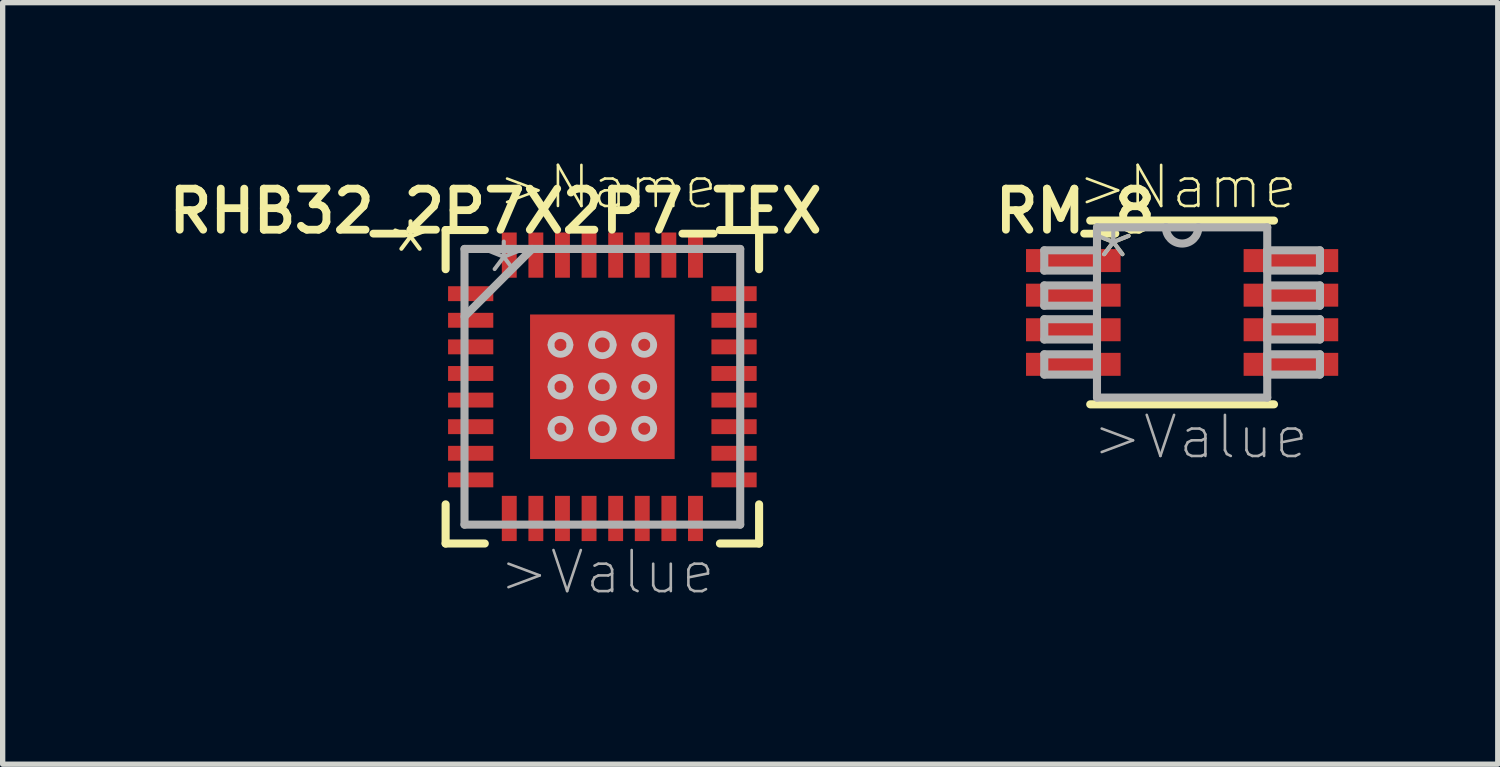
<source format=kicad_pcb>
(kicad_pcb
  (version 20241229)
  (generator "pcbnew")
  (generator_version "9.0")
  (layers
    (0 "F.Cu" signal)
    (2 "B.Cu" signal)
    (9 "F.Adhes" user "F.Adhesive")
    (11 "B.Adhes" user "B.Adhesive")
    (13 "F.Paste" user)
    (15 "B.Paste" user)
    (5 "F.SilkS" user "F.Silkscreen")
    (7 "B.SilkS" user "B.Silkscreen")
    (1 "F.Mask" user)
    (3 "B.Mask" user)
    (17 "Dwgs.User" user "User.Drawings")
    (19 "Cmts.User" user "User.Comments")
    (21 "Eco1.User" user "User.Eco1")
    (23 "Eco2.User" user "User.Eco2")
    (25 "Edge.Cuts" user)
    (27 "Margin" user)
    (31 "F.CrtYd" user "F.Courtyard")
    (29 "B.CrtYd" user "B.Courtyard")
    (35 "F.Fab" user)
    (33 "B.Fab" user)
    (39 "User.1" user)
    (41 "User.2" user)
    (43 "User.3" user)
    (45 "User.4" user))
  (footprint "RM_8"
    (layer "F.Cu")
    (at 19.169 2.823)
    (property "Reference" "RM_8" (at -2.007 -1.905 0) (layer "F.SilkS") (effects (font (size 0.772 0.772) (thickness 0.147))))
    (attr through_hole)
    (fp_line (start -1.727 1.727) (end 1.727 1.727) (stroke (width 0.152) (type solid)) (layer "F.SilkS"))
    (fp_line (start 1.727 -1.727) (end -1.727 -1.727) (stroke (width 0.152) (type solid)) (layer "F.SilkS"))
    (fp_line (start -2.591 -1.168) (end -2.591 -0.787) (stroke (width 0.152) (type solid)) (layer "F.Fab"))
    (fp_line (start -2.591 -0.787) (end -1.6 -0.787) (stroke (width 0.152) (type solid)) (layer "F.Fab"))
    (fp_line (start -2.591 -0.508) (end -2.591 -0.127) (stroke (width 0.152) (type solid)) (layer "F.Fab"))
    (fp_line (start -2.591 -0.127) (end -1.6 -0.127) (stroke (width 0.152) (type solid)) (layer "F.Fab"))
    (fp_line (start -2.591 0.127) (end -2.591 0.508) (stroke (width 0.152) (type solid)) (layer "F.Fab"))
    (fp_line (start -2.591 0.508) (end -1.6 0.508) (stroke (width 0.152) (type solid)) (layer "F.Fab"))
    (fp_line (start -2.591 0.787) (end -2.591 1.168) (stroke (width 0.152) (type solid)) (layer "F.Fab"))
    (fp_line (start -2.591 1.168) (end -1.6 1.168) (stroke (width 0.152) (type solid)) (layer "F.Fab"))
    (fp_line (start -1.6 -1.6) (end -1.6 1.6) (stroke (width 0.152) (type solid)) (layer "F.Fab"))
    (fp_line (start -1.6 -1.168) (end -2.591 -1.168) (stroke (width 0.152) (type solid)) (layer "F.Fab"))
    (fp_line (start -1.6 -0.787) (end -1.6 -1.168) (stroke (width 0.152) (type solid)) (layer "F.Fab"))
    (fp_line (start -1.6 -0.508) (end -2.591 -0.508) (stroke (width 0.152) (type solid)) (layer "F.Fab"))
    (fp_line (start -1.6 -0.127) (end -1.6 -0.508) (stroke (width 0.152) (type solid)) (layer "F.Fab"))
    (fp_line (start -1.6 0.127) (end -2.591 0.127) (stroke (width 0.152) (type solid)) (layer "F.Fab"))
    (fp_line (start -1.6 0.508) (end -1.6 0.127) (stroke (width 0.152) (type solid)) (layer "F.Fab"))
    (fp_line (start -1.6 0.787) (end -2.591 0.787) (stroke (width 0.152) (type solid)) (layer "F.Fab"))
    (fp_line (start -1.6 1.168) (end -1.6 0.787) (stroke (width 0.152) (type solid)) (layer "F.Fab"))
    (fp_line (start -1.6 1.6) (end 1.6 1.6) (stroke (width 0.152) (type solid)) (layer "F.Fab"))
    (fp_line (start -0.305 -1.6) (end -1.6 -1.6) (stroke (width 0.152) (type solid)) (layer "F.Fab"))
    (fp_line (start 0.305 -1.6) (end -0.305 -1.6) (stroke (width 0.152) (type solid)) (layer "F.Fab"))
    (fp_line (start 1.6 -1.6) (end 0.305 -1.6) (stroke (width 0.152) (type solid)) (layer "F.Fab"))
    (fp_line (start 1.6 -1.168) (end 1.6 -0.787) (stroke (width 0.152) (type solid)) (layer "F.Fab"))
    (fp_line (start 1.6 -0.787) (end 2.591 -0.787) (stroke (width 0.152) (type solid)) (layer "F.Fab"))
    (fp_line (start 1.6 -0.508) (end 1.6 -0.127) (stroke (width 0.152) (type solid)) (layer "F.Fab"))
    (fp_line (start 1.6 -0.127) (end 2.591 -0.127) (stroke (width 0.152) (type solid)) (layer "F.Fab"))
    (fp_line (start 1.6 0.127) (end 1.6 0.508) (stroke (width 0.152) (type solid)) (layer "F.Fab"))
    (fp_line (start 1.6 0.508) (end 2.591 0.508) (stroke (width 0.152) (type solid)) (layer "F.Fab"))
    (fp_line (start 1.6 0.787) (end 1.6 1.168) (stroke (width 0.152) (type solid)) (layer "F.Fab"))
    (fp_line (start 1.6 1.168) (end 2.591 1.168) (stroke (width 0.152) (type solid)) (layer "F.Fab"))
    (fp_line (start 1.6 1.6) (end 1.6 -1.6) (stroke (width 0.152) (type solid)) (layer "F.Fab"))
    (fp_line (start 2.591 -1.168) (end 1.6 -1.168) (stroke (width 0.152) (type solid)) (layer "F.Fab"))
    (fp_line (start 2.591 -0.787) (end 2.591 -1.168) (stroke (width 0.152) (type solid)) (layer "F.Fab"))
    (fp_line (start 2.591 -0.508) (end 1.6 -0.508) (stroke (width 0.152) (type solid)) (layer "F.Fab"))
    (fp_line (start 2.591 -0.127) (end 2.591 -0.508) (stroke (width 0.152) (type solid)) (layer "F.Fab"))
    (fp_line (start 2.591 0.127) (end 1.6 0.127) (stroke (width 0.152) (type solid)) (layer "F.Fab"))
    (fp_line (start 2.591 0.508) (end 2.591 0.127) (stroke (width 0.152) (type solid)) (layer "F.Fab"))
    (fp_line (start 2.591 0.787) (end 1.6 0.787) (stroke (width 0.152) (type solid)) (layer "F.Fab"))
    (fp_line (start 2.591 1.168) (end 2.591 0.787) (stroke (width 0.152) (type solid)) (layer "F.Fab"))
    (fp_arc (start 0.3048 -1.6002) (mid 0 -1.2954) (end -0.3048 -1.6002) (stroke (width 0.1524) (type solid)) (layer "F.Fab"))
    (fp_text user ">Name" (at -2.007 -1.905 0) (layer "F.SilkS") (effects (font (size 0.772 0.772) (thickness 0.049)) (justify left bottom)))
    (fp_text user "*" (at -1.803 -0.254 0) (layer "F.SilkS") (effects (font (size 1.206 1.206) (thickness 0.076)) (justify left bottom)))
    (fp_text user ">Value" (at -1.727 2.794 0) (layer "F.Fab") (effects (font (size 0.772 0.772) (thickness 0.049)) (justify left bottom)))
    (fp_text user "*" (at -1.803 -0.254 0) (layer "F.Fab") (effects (font (size 1.206 1.206) (thickness 0.076)) (justify left bottom)))
    (pad "1" smd rect (at -2.045 -0.975) (size 1.778 0.432) (layers "F.Cu" "F.Mask" "F.Paste"))
    (pad "2" smd rect (at -2.045 -0.325) (size 1.778 0.432) (layers "F.Cu" "F.Mask" "F.Paste"))
    (pad "3" smd rect (at -2.045 0.325) (size 1.778 0.432) (layers "F.Cu" "F.Mask" "F.Paste"))
    (pad "4" smd rect (at -2.045 0.975) (size 1.778 0.432) (layers "F.Cu" "F.Mask" "F.Paste"))
    (pad "5" smd rect (at 2.045 0.975) (size 1.778 0.432) (layers "F.Cu" "F.Mask" "F.Paste"))
    (pad "6" smd rect (at 2.045 0.325) (size 1.778 0.432) (layers "F.Cu" "F.Mask" "F.Paste"))
    (pad "7" smd rect (at 2.045 -0.325) (size 1.778 0.432) (layers "F.Cu" "F.Mask" "F.Paste"))
    (pad "8" smd rect (at 2.045 -0.975) (size 1.778 0.432) (layers "F.Cu" "F.Mask" "F.Paste")))
  (footprint "RHB32_2P7X2P7_TEX"
    (layer "F.Cu")
    (at 8.272 4.22)
    (property "Reference" "RHB32_2P7X2P7_TEX" (at -2.007 -3.302 0) (layer "F.SilkS") (effects (font (size 0.772 0.772) (thickness 0.147))))
    (attr through_hole)
    (fp_poly (pts (xy -1.422 -1.422) (xy -0.987 -1.422) (xy -0.987 1.422) (xy -1.422 1.422)) (stroke (width 0) (type solid)) (fill yes) (layer "F.Mask"))
    (fp_poly (pts (xy -1.422 -1.422) (xy 1.422 -1.422) (xy 1.422 -0.987) (xy -1.422 -0.987)) (stroke (width 0) (type solid)) (fill yes) (layer "F.Mask"))
    (fp_poly (pts (xy -1.422 -0.587) (xy 1.422 -0.587) (xy 1.422 -0.2) (xy -1.422 -0.2)) (stroke (width 0) (type solid)) (fill yes) (layer "F.Mask"))
    (fp_poly (pts (xy -1.422 0.2) (xy 1.422 0.2) (xy 1.422 0.587) (xy -1.422 0.587)) (stroke (width 0) (type solid)) (fill yes) (layer "F.Mask"))
    (fp_poly (pts (xy -1.422 0.987) (xy 1.422 0.987) (xy 1.422 1.422) (xy -1.422 1.422)) (stroke (width 0) (type solid)) (fill yes) (layer "F.Mask"))
    (fp_poly (pts (xy -0.2 -1.422) (xy -0.587 -1.422) (xy -0.587 1.422) (xy -0.2 1.422)) (stroke (width 0) (type solid)) (fill yes) (layer "F.Mask"))
    (fp_poly (pts (xy 0.587 -1.422) (xy 0.2 -1.422) (xy 0.2 1.422) (xy 0.587 1.422)) (stroke (width 0) (type solid)) (fill yes) (layer "F.Mask"))
    (fp_poly (pts (xy 0.987 -1.422) (xy 1.422 -1.422) (xy 1.422 1.422) (xy 0.987 1.422)) (stroke (width 0) (type solid)) (fill yes) (layer "F.Mask"))
    (fp_line (start -2.946 -2.946) (end -2.946 -2.21) (stroke (width 0.152) (type solid)) (layer "F.SilkS"))
    (fp_line (start -2.946 2.21) (end -2.946 2.946) (stroke (width 0.152) (type solid)) (layer "F.SilkS"))
    (fp_line (start -2.946 2.946) (end -2.21 2.946) (stroke (width 0.152) (type solid)) (layer "F.SilkS"))
    (fp_line (start -2.21 -2.946) (end -2.946 -2.946) (stroke (width 0.152) (type solid)) (layer "F.SilkS"))
    (fp_line (start 2.21 2.946) (end 2.946 2.946) (stroke (width 0.152) (type solid)) (layer "F.SilkS"))
    (fp_line (start 2.946 -2.946) (end 2.21 -2.946) (stroke (width 0.152) (type solid)) (layer "F.SilkS"))
    (fp_line (start 2.946 -2.21) (end 2.946 -2.946) (stroke (width 0.152) (type solid)) (layer "F.SilkS"))
    (fp_line (start 2.946 2.946) (end 2.946 2.21) (stroke (width 0.152) (type solid)) (layer "F.SilkS"))
    (fp_poly (pts (xy -1.284 -1.284) (xy -1.284 -0.887) (xy -1.029 -0.887) (xy -0.887 -1.029) (xy -0.887 -1.284)) (stroke (width 0) (type solid)) (fill yes) (layer "F.Paste"))
    (fp_poly (pts (xy -1.284 0.887) (xy -1.284 1.284) (xy -0.887 1.284) (xy -0.887 1.029) (xy -1.029 0.887)) (stroke (width 0) (type solid)) (fill yes) (layer "F.Paste"))
    (fp_poly (pts (xy 0.887 -1.284) (xy 0.887 -1.029) (xy 1.029 -0.887) (xy 1.284 -0.887) (xy 1.284 -1.284)) (stroke (width 0) (type solid)) (fill yes) (layer "F.Paste"))
    (fp_poly (pts (xy 1.029 0.887) (xy 0.887 1.029) (xy 0.887 1.284) (xy 1.284 1.284) (xy 1.284 0.887)) (stroke (width 0) (type solid)) (fill yes) (layer "F.Paste"))
    (fp_poly (pts (xy -1.284 -0.687) (xy -1.284 -0.1) (xy -1.029 -0.1) (xy -0.887 -0.241) (xy -0.887 -0.546) (xy -1.029 -0.687)) (stroke (width 0) (type solid)) (fill yes) (layer "F.Paste"))
    (fp_poly (pts (xy -1.284 0.1) (xy -1.284 0.687) (xy -1.029 0.687) (xy -0.887 0.546) (xy -0.887 0.241) (xy -1.029 0.1)) (stroke (width 0) (type solid)) (fill yes) (layer "F.Paste"))
    (fp_poly (pts (xy -0.687 -1.284) (xy -0.687 -1.029) (xy -0.546 -0.887) (xy -0.241 -0.887) (xy -0.1 -1.029) (xy -0.1 -1.284)) (stroke (width 0) (type solid)) (fill yes) (layer "F.Paste"))
    (fp_poly (pts (xy -0.546 0.887) (xy -0.687 1.029) (xy -0.687 1.284) (xy -0.1 1.284) (xy -0.1 1.029) (xy -0.241 0.887)) (stroke (width 0) (type solid)) (fill yes) (layer "F.Paste"))
    (fp_poly (pts (xy 0.1 -1.284) (xy 0.1 -1.029) (xy 0.241 -0.887) (xy 0.546 -0.887) (xy 0.687 -1.029) (xy 0.687 -1.284)) (stroke (width 0) (type solid)) (fill yes) (layer "F.Paste"))
    (fp_poly (pts (xy 0.241 0.887) (xy 0.1 1.029) (xy 0.1 1.284) (xy 0.687 1.284) (xy 0.687 1.029) (xy 0.546 0.887)) (stroke (width 0) (type solid)) (fill yes) (layer "F.Paste"))
    (fp_poly (pts (xy 1.029 -0.687) (xy 0.887 -0.546) (xy 0.887 -0.241) (xy 1.029 -0.1) (xy 1.284 -0.1) (xy 1.284 -0.687)) (stroke (width 0) (type solid)) (fill yes) (layer "F.Paste"))
    (fp_poly (pts (xy 1.029 0.1) (xy 0.887 0.241) (xy 0.887 0.546) (xy 1.029 0.687) (xy 1.284 0.687) (xy 1.284 0.1)) (stroke (width 0) (type solid)) (fill yes) (layer "F.Paste"))
    (fp_poly (pts (xy -0.546 -0.687) (xy -0.687 -0.546) (xy -0.687 -0.241) (xy -0.546 -0.1) (xy -0.241 -0.1) (xy -0.1 -0.241) (xy -0.1 -0.546) (xy -0.241 -0.687)) (stroke (width 0) (type solid)) (fill yes) (layer "F.Paste"))
    (fp_poly (pts (xy -0.546 0.1) (xy -0.687 0.241) (xy -0.687 0.546) (xy -0.546 0.687) (xy -0.241 0.687) (xy -0.1 0.546) (xy -0.1 0.241) (xy -0.241 0.1)) (stroke (width 0) (type solid)) (fill yes) (layer "F.Paste"))
    (fp_poly (pts (xy 0.241 -0.687) (xy 0.1 -0.546) (xy 0.1 -0.241) (xy 0.241 -0.1) (xy 0.546 -0.1) (xy 0.687 -0.241) (xy 0.687 -0.546) (xy 0.546 -0.687)) (stroke (width 0) (type solid)) (fill yes) (layer "F.Paste"))
    (fp_poly (pts (xy 0.241 0.1) (xy 0.1 0.241) (xy 0.1 0.546) (xy 0.241 0.687) (xy 0.546 0.687) (xy 0.687 0.546) (xy 0.687 0.241) (xy 0.546 0.1)) (stroke (width 0) (type solid)) (fill yes) (layer "F.Paste"))
    (fp_arc (start -0.9652 -0.7874) (mid -0.7874 -0.9652) (end -0.6096 -0.7874) (stroke (width 0.127) (type solid)) (layer "Dwgs.User"))
    (fp_arc (start -0.9652 0) (mid -0.7874 -0.1778) (end -0.6096 0) (stroke (width 0.127) (type solid)) (layer "Dwgs.User"))
    (fp_arc (start -0.9652 0.7874) (mid -0.7874 0.6096) (end -0.6096 0.7874) (stroke (width 0.127) (type solid)) (layer "Dwgs.User"))
    (fp_arc (start -0.6096 -0.7874) (mid -0.7874 -0.6096) (end -0.9652 -0.7874) (stroke (width 0.127) (type solid)) (layer "Dwgs.User"))
    (fp_arc (start -0.6096 0) (mid -0.7874 0.1778) (end -0.9652 0) (stroke (width 0.127) (type solid)) (layer "Dwgs.User"))
    (fp_arc (start -0.6096 0.7874) (mid -0.7874 0.9652) (end -0.9652 0.7874) (stroke (width 0.127) (type solid)) (layer "Dwgs.User"))
    (fp_arc (start -0.2032 -0.7874) (mid 0 -0.9906) (end 0.2032 -0.7874) (stroke (width 0.127) (type solid)) (layer "Dwgs.User"))
    (fp_arc (start -0.2032 0) (mid 0 -0.2032) (end 0.2032 0) (stroke (width 0.127) (type solid)) (layer "Dwgs.User"))
    (fp_arc (start -0.2032 0.7874) (mid 0 0.5842) (end 0.2032 0.7874) (stroke (width 0.127) (type solid)) (layer "Dwgs.User"))
    (fp_arc (start 0.2032 -0.7874) (mid 0 -0.5842) (end -0.2032 -0.7874) (stroke (width 0.127) (type solid)) (layer "Dwgs.User"))
    (fp_arc (start 0.2032 0) (mid 0 0.2032) (end -0.2032 0) (stroke (width 0.127) (type solid)) (layer "Dwgs.User"))
    (fp_arc (start 0.2032 0.7874) (mid 0 0.9906) (end -0.2032 0.7874) (stroke (width 0.127) (type solid)) (layer "Dwgs.User"))
    (fp_arc (start 0.6096 -0.7874) (mid 0.7874 -0.9652) (end 0.9652 -0.7874) (stroke (width 0.127) (type solid)) (layer "Dwgs.User"))
    (fp_arc (start 0.6096 0) (mid 0.7874 -0.1778) (end 0.9652 0) (stroke (width 0.127) (type solid)) (layer "Dwgs.User"))
    (fp_arc (start 0.6096 0.7874) (mid 0.7874 0.6096) (end 0.9652 0.7874) (stroke (width 0.127) (type solid)) (layer "Dwgs.User"))
    (fp_arc (start 0.9652 -0.7874) (mid 0.7874 -0.6096) (end 0.6096 -0.7874) (stroke (width 0.127) (type solid)) (layer "Dwgs.User"))
    (fp_arc (start 0.9652 0) (mid 0.7874 0.1778) (end 0.6096 0) (stroke (width 0.127) (type solid)) (layer "Dwgs.User"))
    (fp_arc (start 0.9652 0.7874) (mid 0.7874 0.9652) (end 0.6096 0.7874) (stroke (width 0.127) (type solid)) (layer "Dwgs.User"))
    (fp_line (start -2.591 -2.591) (end -2.591 2.591) (stroke (width 0.152) (type solid)) (layer "F.Fab"))
    (fp_line (start -2.591 -1.321) (end -1.321 -2.591) (stroke (width 0.152) (type solid)) (layer "F.Fab"))
    (fp_line (start -2.591 2.591) (end 2.591 2.591) (stroke (width 0.152) (type solid)) (layer "F.Fab"))
    (fp_line (start 2.591 -2.591) (end -2.591 -2.591) (stroke (width 0.152) (type solid)) (layer "F.Fab"))
    (fp_line (start 2.591 2.591) (end 2.591 -2.591) (stroke (width 0.152) (type solid)) (layer "F.Fab"))
    (fp_text user "*" (at -4.115 -1.753 0) (layer "F.SilkS") (effects (font (size 1.206 1.206) (thickness 0.076)) (justify left bottom)))
    (fp_text user ">Name" (at -2.007 -3.302 0) (layer "F.SilkS") (effects (font (size 0.772 0.772) (thickness 0.049)) (justify left bottom)))
    (fp_text user "*" (at -2.362 -1.372 0) (layer "F.Fab") (effects (font (size 1.206 1.206) (thickness 0.076)) (justify left bottom)))
    (fp_text user ">Value" (at -1.981 3.937 0) (layer "F.Fab") (effects (font (size 0.772 0.772) (thickness 0.049)) (justify left bottom)))
    (pad "1" smd rect (at -2.475 -1.75 270) (size 0.28 0.85) (layers "F.Cu" "F.Mask" "F.Paste"))
    (pad "2" smd rect (at -2.475 -1.25 270) (size 0.28 0.85) (layers "F.Cu" "F.Mask" "F.Paste"))
    (pad "3" smd rect (at -2.475 -0.75 270) (size 0.28 0.85) (layers "F.Cu" "F.Mask" "F.Paste"))
    (pad "4" smd rect (at -2.475 -0.25 270) (size 0.28 0.85) (layers "F.Cu" "F.Mask" "F.Paste"))
    (pad "5" smd rect (at -2.475 0.25 270) (size 0.28 0.85) (layers "F.Cu" "F.Mask" "F.Paste"))
    (pad "6" smd rect (at -2.475 0.75 270) (size 0.28 0.85) (layers "F.Cu" "F.Mask" "F.Paste"))
    (pad "7" smd rect (at -2.475 1.25 270) (size 0.28 0.85) (layers "F.Cu" "F.Mask" "F.Paste"))
    (pad "8" smd rect (at -2.475 1.75 270) (size 0.28 0.85) (layers "F.Cu" "F.Mask" "F.Paste"))
    (pad "9" smd rect (at -1.75 2.475 180) (size 0.28 0.85) (layers "F.Cu" "F.Mask" "F.Paste"))
    (pad "10" smd rect (at -1.25 2.475 180) (size 0.28 0.85) (layers "F.Cu" "F.Mask" "F.Paste"))
    (pad "11" smd rect (at -0.75 2.475 180) (size 0.28 0.85) (layers "F.Cu" "F.Mask" "F.Paste"))
    (pad "12" smd rect (at -0.25 2.475 180) (size 0.28 0.85) (layers "F.Cu" "F.Mask" "F.Paste"))
    (pad "13" smd rect (at 0.25 2.475 180) (size 0.28 0.85) (layers "F.Cu" "F.Mask" "F.Paste"))
    (pad "14" smd rect (at 0.75 2.475 180) (size 0.28 0.85) (layers "F.Cu" "F.Mask" "F.Paste"))
    (pad "15" smd rect (at 1.25 2.475 180) (size 0.28 0.85) (layers "F.Cu" "F.Mask" "F.Paste"))
    (pad "16" smd rect (at 1.75 2.475 180) (size 0.28 0.85) (layers "F.Cu" "F.Mask" "F.Paste"))
    (pad "17" smd rect (at 2.475 1.75 270) (size 0.28 0.85) (layers "F.Cu" "F.Mask" "F.Paste"))
    (pad "18" smd rect (at 2.475 1.25 270) (size 0.28 0.85) (layers "F.Cu" "F.Mask" "F.Paste"))
    (pad "19" smd rect (at 2.475 0.75 270) (size 0.28 0.85) (layers "F.Cu" "F.Mask" "F.Paste"))
    (pad "20" smd rect (at 2.475 0.25 270) (size 0.28 0.85) (layers "F.Cu" "F.Mask" "F.Paste"))
    (pad "21" smd rect (at 2.475 -0.25 270) (size 0.28 0.85) (layers "F.Cu" "F.Mask" "F.Paste"))
    (pad "22" smd rect (at 2.475 -0.75 270) (size 0.28 0.85) (layers "F.Cu" "F.Mask" "F.Paste"))
    (pad "23" smd rect (at 2.475 -1.25 270) (size 0.28 0.85) (layers "F.Cu" "F.Mask" "F.Paste"))
    (pad "24" smd rect (at 2.475 -1.75 270) (size 0.28 0.85) (layers "F.Cu" "F.Mask" "F.Paste"))
    (pad "25" smd rect (at 1.75 -2.475 180) (size 0.28 0.85) (layers "F.Cu" "F.Mask" "F.Paste"))
    (pad "26" smd rect (at 1.25 -2.475 180) (size 0.28 0.85) (layers "F.Cu" "F.Mask" "F.Paste"))
    (pad "27" smd rect (at 0.75 -2.475 180) (size 0.28 0.85) (layers "F.Cu" "F.Mask" "F.Paste"))
    (pad "28" smd rect (at 0.25 -2.475 180) (size 0.28 0.85) (layers "F.Cu" "F.Mask" "F.Paste"))
    (pad "29" smd rect (at -0.25 -2.475 180) (size 0.28 0.85) (layers "F.Cu" "F.Mask" "F.Paste"))
    (pad "30" smd rect (at -0.75 -2.475 180) (size 0.28 0.85) (layers "F.Cu" "F.Mask" "F.Paste"))
    (pad "31" smd rect (at -1.25 -2.475 180) (size 0.28 0.85) (layers "F.Cu" "F.Mask" "F.Paste"))
    (pad "32" smd rect (at -1.75 -2.475 180) (size 0.28 0.85) (layers "F.Cu" "F.Mask" "F.Paste"))
    (pad "33" smd rect (at 0 0) (size 2.718 2.718) (layers "F.Cu" "F.Mask")))
  (gr_rect
    (start -3 -3)
    (end 25.102 11.314)
    (stroke (width 0.1) (type default))
    (fill no)
    (layer "Edge.Cuts")))
</source>
